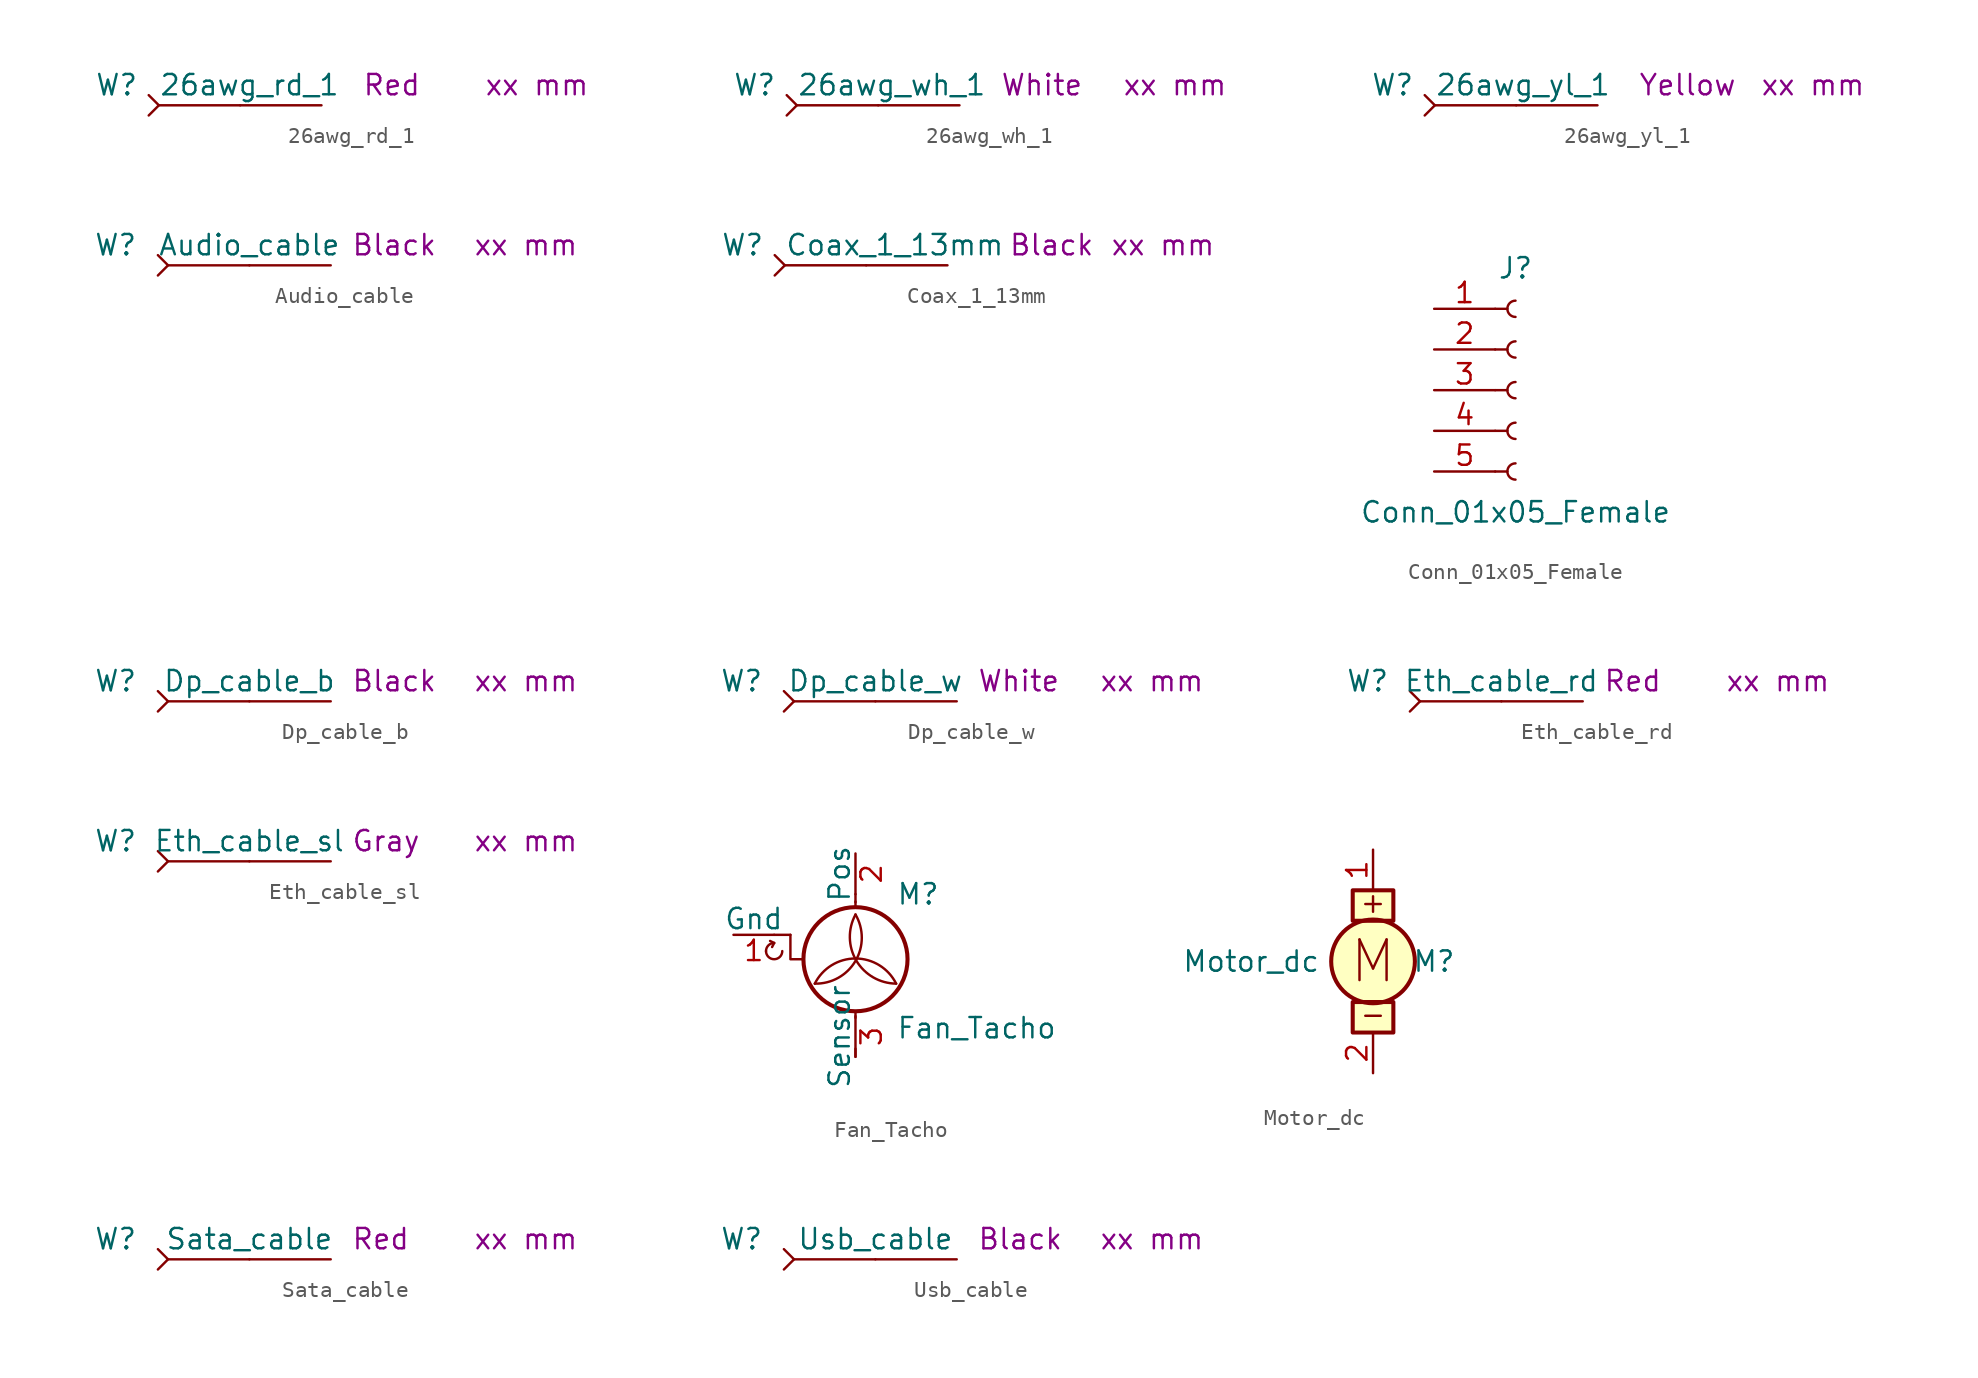
<source format=kicad_sym>
(kicad_symbol_lib
  (version 20220914)
  (generator kicad_symbol_editor)
  (symbol "26awg_rd_1"
    (pin_numbers hide)
    (pin_names
      (offset 0) hide)
    (property "Reference" "W"
      (at -6.35 1.27 0)
      (effects (font (size 1.27 1.27)) (justify right)))
    (property "Value" "26awg_rd_1"
      (at -5.08 1.27 0)
      (effects (font (size 1.27 1.27)) (justify left)))
    (property "Color" "Red"
      (at 7.62 1.27 0)
      (effects (font (size 1.27 1.27)) (justify left)))
    (property "Length" "xx mm"
      (at 15.24 1.27 0)
      (effects (font (size 1.27 1.27)) (justify left)))
    (symbol "26awg_rd_1_0_1"
      (polyline (pts (xy -5.715 0.635) (xy -5.08 0) (xy -5.715 -0.635)) (stroke (width 0) (type default)) (fill (type none))))
    (symbol "26awg_rd_1_1_1"
      (pin bidirectional line (at -5.08 0 0) (length 5.08) (name "X" (effects (font (size 1.27 1.27)))) (number "1" (effects (font (size 1.27 1.27)))))
      (pin bidirectional line (at 5.08 0 180) (length 5.08) (name "Y" (effects (font (size 1.27 1.27)))) (number "2" (effects (font (size 1.27 1.27)))))))
  (symbol "26awg_wh_1"
    (pin_numbers hide)
    (pin_names
      (offset 0) hide)
    (property "Reference" "W"
      (at -6.35 1.27 0)
      (effects (font (size 1.27 1.27)) (justify right)))
    (property "Value" "26awg_wh_1"
      (at -5.08 1.27 0)
      (effects (font (size 1.27 1.27)) (justify left)))
    (property "Color" "White"
      (at 7.62 1.27 0)
      (effects (font (size 1.27 1.27)) (justify left)))
    (property "Length" "xx mm"
      (at 15.24 1.27 0)
      (effects (font (size 1.27 1.27)) (justify left)))
    (symbol "26awg_wh_1_0_1"
      (polyline (pts (xy -5.715 0.635) (xy -5.08 0) (xy -5.715 -0.635)) (stroke (width 0) (type default)) (fill (type none))))
    (symbol "26awg_wh_1_1_1"
      (pin bidirectional line (at -5.08 0 0) (length 5.08) (name "X" (effects (font (size 1.27 1.27)))) (number "1" (effects (font (size 1.27 1.27)))))
      (pin bidirectional line (at 5.08 0 180) (length 5.08) (name "Y" (effects (font (size 1.27 1.27)))) (number "2" (effects (font (size 1.27 1.27)))))))
  (symbol "26awg_yl_1"
    (pin_numbers hide)
    (pin_names
      (offset 0) hide)
    (property "Reference" "W"
      (at -6.35 1.27 0)
      (effects (font (size 1.27 1.27)) (justify right)))
    (property "Value" "26awg_yl_1"
      (at -5.08 1.27 0)
      (effects (font (size 1.27 1.27)) (justify left)))
    (property "Color" "Yellow"
      (at 7.62 1.27 0)
      (effects (font (size 1.27 1.27)) (justify left)))
    (property "Length" "xx mm"
      (at 15.24 1.27 0)
      (effects (font (size 1.27 1.27)) (justify left)))
    (symbol "26awg_yl_1_0_1"
      (polyline (pts (xy -5.715 0.635) (xy -5.08 0) (xy -5.715 -0.635)) (stroke (width 0) (type default)) (fill (type none))))
    (symbol "26awg_yl_1_1_1"
      (pin bidirectional line (at -5.08 0 0) (length 5.08) (name "X" (effects (font (size 1.27 1.27)))) (number "1" (effects (font (size 1.27 1.27)))))
      (pin bidirectional line (at 5.08 0 180) (length 5.08) (name "Y" (effects (font (size 1.27 1.27)))) (number "2" (effects (font (size 1.27 1.27)))))))
  (symbol "Audio_cable"
    (pin_numbers hide)
    (pin_names
      (offset 0) hide)
    (property "Reference" "W"
      (at -1.905 1.27 0)
      (effects (font (size 1.27 1.27)) (justify right)))
    (property "Value" "Audio_cable"
      (at 5.08 1.27 0)
      (effects (font (size 1.27 1.27))))
    (property "Color" "Black"
      (at 11.43 1.27 0)
      (effects (font (size 1.27 1.27)) (justify left)))
    (property "Length" "xx mm"
      (at 19.05 1.27 0)
      (effects (font (size 1.27 1.27)) (justify left)))
    (symbol "Audio_cable_0_1"
      (polyline (pts (xy -0.635 0.635) (xy 0 0) (xy -0.635 -0.635)) (stroke (width 0) (type default)) (fill (type none))))
    (symbol "Audio_cable_1_1"
      (pin bidirectional line (at 0 0 0) (length 5.08) (name "X" (effects (font (size 1.27 1.27)))) (number "1" (effects (font (size 1.27 1.27)))))
      (pin bidirectional line (at 10.16 0 180) (length 5.08) (name "Y" (effects (font (size 1.27 1.27)))) (number "2" (effects (font (size 1.27 1.27)))))))
  (symbol "Coax_1_13mm"
    (pin_numbers hide)
    (pin_names
      (offset 0) hide)
    (property "Reference" "W"
      (at -6.35 1.27 0)
      (effects (font (size 1.27 1.27)) (justify right)))
    (property "Value" "Coax_1_13mm"
      (at -5.08 1.27 0)
      (effects (font (size 1.27 1.27)) (justify left)))
    (property "Color" "Black"
      (at 8.89 1.27 0)
      (effects (font (size 1.27 1.27)) (justify left)))
    (property "Length" "xx mm"
      (at 15.24 1.27 0)
      (effects (font (size 1.27 1.27)) (justify left)))
    (symbol "Coax_1_13mm_0_1"
      (polyline (pts (xy -5.715 0.635) (xy -5.08 0) (xy -5.715 -0.635)) (stroke (width 0) (type default)) (fill (type none))))
    (symbol "Coax_1_13mm_1_1"
      (pin bidirectional line (at -5.08 0 0) (length 5.08) (name "X" (effects (font (size 1.27 1.27)))) (number "1" (effects (font (size 1.27 1.27)))))
      (pin bidirectional line (at 5.08 0 180) (length 5.08) (name "Y" (effects (font (size 1.27 1.27)))) (number "2" (effects (font (size 1.27 1.27)))))))
  (symbol "Conn_01x05_Female"
    (pin_names
      (offset 1.016) hide)
    (property "Reference" "J"
      (at 0 7.62 0)
      (effects (font (size 1.27 1.27))))
    (property "Value" "Conn_01x05_Female"
      (at 0 -7.62 0)
      (effects (font (size 1.27 1.27))))
    (symbol "Conn_01x05_Female_1_1"
      (arc (start 0 -4.572) (mid -0.5058 -5.08) (end 0 -5.588) (stroke (width 0.1524) (type default)) (fill (type none)))
      (arc (start 0 -2.032) (mid -0.5058 -2.54) (end 0 -3.048) (stroke (width 0.1524) (type default)) (fill (type none)))
      (polyline (pts (xy -1.27 -5.08) (xy -0.508 -5.08)) (stroke (width 0.152) (type default)) (fill (type none)))
      (polyline (pts (xy -1.27 -2.54) (xy -0.508 -2.54)) (stroke (width 0.152) (type default)) (fill (type none)))
      (polyline (pts (xy -1.27 0) (xy -0.508 0)) (stroke (width 0.152) (type default)) (fill (type none)))
      (polyline (pts (xy -1.27 2.54) (xy -0.508 2.54)) (stroke (width 0.152) (type default)) (fill (type none)))
      (polyline (pts (xy -1.27 5.08) (xy -0.508 5.08)) (stroke (width 0.152) (type default)) (fill (type none)))
      (arc (start 0 0.508) (mid -0.5058 0) (end 0 -0.508) (stroke (width 0.1524) (type default)) (fill (type none)))
      (arc (start 0 3.048) (mid -0.5058 2.54) (end 0 2.032) (stroke (width 0.1524) (type default)) (fill (type none)))
      (arc (start 0 5.588) (mid -0.5058 5.08) (end 0 4.572) (stroke (width 0.1524) (type default)) (fill (type none)))
      (pin passive line (at -5.08 5.08 0) (length 3.81) (name "Pin_1" (effects (font (size 1.27 1.27)))) (number "1" (effects (font (size 1.27 1.27)))))
      (pin passive line (at -5.08 2.54 0) (length 3.81) (name "Pin_2" (effects (font (size 1.27 1.27)))) (number "2" (effects (font (size 1.27 1.27)))))
      (pin passive line (at -5.08 0 0) (length 3.81) (name "Pin_3" (effects (font (size 1.27 1.27)))) (number "3" (effects (font (size 1.27 1.27)))))
      (pin passive line (at -5.08 -2.54 0) (length 3.81) (name "Pin_4" (effects (font (size 1.27 1.27)))) (number "4" (effects (font (size 1.27 1.27)))))
      (pin passive line (at -5.08 -5.08 0) (length 3.81) (name "Pin_5" (effects (font (size 1.27 1.27)))) (number "5" (effects (font (size 1.27 1.27)))))))
  (symbol "Dp_cable_b"
    (pin_numbers hide)
    (pin_names
      (offset 0) hide)
    (property "Reference" "W"
      (at -6.985 1.27 0)
      (effects (font (size 1.27 1.27)) (justify right)))
    (property "Value" "Dp_cable_b"
      (at 0 1.27 0)
      (effects (font (size 1.27 1.27))))
    (property "Color" "Black"
      (at 6.35 1.27 0)
      (effects (font (size 1.27 1.27)) (justify left)))
    (property "Length" "xx mm"
      (at 13.97 1.27 0)
      (effects (font (size 1.27 1.27)) (justify left)))
    (symbol "Dp_cable_b_0_1"
      (polyline (pts (xy -5.715 0.635) (xy -5.08 0) (xy -5.715 -0.635)) (stroke (width 0) (type default)) (fill (type none))))
    (symbol "Dp_cable_b_1_1"
      (pin bidirectional line (at -5.08 0 0) (length 5.08) (name "X" (effects (font (size 1.27 1.27)))) (number "1" (effects (font (size 1.27 1.27)))))
      (pin bidirectional line (at 5.08 0 180) (length 5.08) (name "Y" (effects (font (size 1.27 1.27)))) (number "2" (effects (font (size 1.27 1.27)))))))
  (symbol "Dp_cable_w"
    (pin_numbers hide)
    (pin_names
      (offset 0) hide)
    (property "Reference" "W"
      (at -6.985 1.27 0)
      (effects (font (size 1.27 1.27)) (justify right)))
    (property "Value" "Dp_cable_w"
      (at 0 1.27 0)
      (effects (font (size 1.27 1.27))))
    (property "Color" "White"
      (at 6.35 1.27 0)
      (effects (font (size 1.27 1.27)) (justify left)))
    (property "Length" "xx mm"
      (at 13.97 1.27 0)
      (effects (font (size 1.27 1.27)) (justify left)))
    (symbol "Dp_cable_w_0_1"
      (polyline (pts (xy -5.715 0.635) (xy -5.08 0) (xy -5.715 -0.635)) (stroke (width 0) (type default)) (fill (type none))))
    (symbol "Dp_cable_w_1_1"
      (pin bidirectional line (at -5.08 0 0) (length 5.08) (name "X" (effects (font (size 1.27 1.27)))) (number "1" (effects (font (size 1.27 1.27)))))
      (pin bidirectional line (at 5.08 0 180) (length 5.08) (name "Y" (effects (font (size 1.27 1.27)))) (number "2" (effects (font (size 1.27 1.27)))))))
  (symbol "Eth_cable_rd"
    (pin_numbers hide)
    (pin_names
      (offset 0) hide)
    (property "Reference" "W"
      (at -1.905 1.27 0)
      (effects (font (size 1.27 1.27)) (justify right)))
    (property "Value" "Eth_cable_rd"
      (at 5.08 1.27 0)
      (effects (font (size 1.27 1.27))))
    (property "Color" "Red"
      (at 11.43 1.27 0)
      (effects (font (size 1.27 1.27)) (justify left)))
    (property "Length" "xx mm"
      (at 19.05 1.27 0)
      (effects (font (size 1.27 1.27)) (justify left)))
    (symbol "Eth_cable_rd_0_1"
      (polyline (pts (xy -0.635 0.635) (xy 0 0) (xy -0.635 -0.635)) (stroke (width 0) (type default)) (fill (type none))))
    (symbol "Eth_cable_rd_1_1"
      (pin bidirectional line (at 0 0 0) (length 5.08) (name "X" (effects (font (size 1.27 1.27)))) (number "1" (effects (font (size 1.27 1.27)))))
      (pin bidirectional line (at 10.16 0 180) (length 5.08) (name "Y" (effects (font (size 1.27 1.27)))) (number "2" (effects (font (size 1.27 1.27)))))))
  (symbol "Eth_cable_sl"
    (pin_numbers hide)
    (pin_names
      (offset 0) hide)
    (property "Reference" "W"
      (at -1.905 1.27 0)
      (effects (font (size 1.27 1.27)) (justify right)))
    (property "Value" "Eth_cable_sl"
      (at 5.08 1.27 0)
      (effects (font (size 1.27 1.27))))
    (property "Color" "Gray"
      (at 11.43 1.27 0)
      (effects (font (size 1.27 1.27)) (justify left)))
    (property "Length" "xx mm"
      (at 19.05 1.27 0)
      (effects (font (size 1.27 1.27)) (justify left)))
    (symbol "Eth_cable_sl_0_1"
      (polyline (pts (xy -0.635 0.635) (xy 0 0) (xy -0.635 -0.635)) (stroke (width 0) (type default)) (fill (type none))))
    (symbol "Eth_cable_sl_1_1"
      (pin bidirectional line (at 0 0 0) (length 5.08) (name "X" (effects (font (size 1.27 1.27)))) (number "1" (effects (font (size 1.27 1.27)))))
      (pin bidirectional line (at 10.16 0 180) (length 5.08) (name "Y" (effects (font (size 1.27 1.27)))) (number "2" (effects (font (size 1.27 1.27)))))))
  (symbol "Fan_Tacho"
    (pin_names
      (offset 0))
    (property "Reference" "M"
      (at 2.54 2.54 0)
      (effects (font (size 1.27 1.27)) (justify left)))
    (property "Value" "Fan_Tacho"
      (at 2.54 -5.08 0)
      (effects (font (size 1.27 1.27)) (justify left top)))
    (symbol "Fan_Tacho_0_0"
      (arc (start -5.588 -1.016) (mid -5.08 -1.5218) (end -4.572 -1.016) (stroke (width 0) (type default)) (fill (type none)))
      (arc (start -5.08 -0.508) (mid -5.4392 -0.6568) (end -5.588 -1.016) (stroke (width 0) (type default)) (fill (type none)))
      (polyline (pts (xy -5.08 -0.508) (xy -5.334 -0.381)) (stroke (width 0) (type default)) (fill (type none)))
      (polyline (pts (xy -5.08 -0.508) (xy -5.207 -0.762)) (stroke (width 0) (type default)) (fill (type none)))
      (polyline (pts (xy -4.064 0) (xy -4.064 -1.524) (xy -3.302 -1.524)) (stroke (width 0) (type default)) (fill (type none))))
    (symbol "Fan_Tacho_0_1"
      (arc (start -2.54 -3.048) (mid -0.0014 -1.6352) (end 0 1.27) (stroke (width 0) (type default)) (fill (type none)))
      (circle (center 0 -1.524) (radius 3.251) (stroke (width 0.254) (type default)) (fill (type none)))
      (polyline (pts (xy -4.064 0) (xy -5.08 0)) (stroke (width 0) (type default)) (fill (type none)))
      (polyline (pts (xy 0 -7.62) (xy 0 -7.112)) (stroke (width 0) (type default)) (fill (type none)))
      (polyline (pts (xy 0 -4.775) (xy 0 -5.182)) (stroke (width 0) (type default)) (fill (type none)))
      (polyline (pts (xy 0 1.727) (xy 0 2.083)) (stroke (width 0) (type default)) (fill (type none)))
      (polyline (pts (xy 0 2.032) (xy 0 2.54)) (stroke (width 0) (type default)) (fill (type none)))
      (arc (start 0 1.27) (mid 0.0468 -1.6085) (end 2.54 -3.048) (stroke (width 0) (type default)) (fill (type none)))
      (arc (start 2.54 -3.048) (mid 0 -1.4782) (end -2.54 -3.048) (stroke (width 0) (type default)) (fill (type none))))
    (symbol "Fan_Tacho_1_1"
      (pin passive line (at -7.62 0 0) (length 2.54) (name "Gnd" (effects (font (size 1.27 1.27)))) (number "1" (effects (font (size 1.27 1.27)))))
      (pin passive line (at 0 5.08 270) (length 2.54) (name "Pos" (effects (font (size 1.27 1.27)))) (number "2" (effects (font (size 1.27 1.27)))))
      (pin passive line (at 0 -7.62 90) (length 2.54) (name "Sensor" (effects (font (size 1.27 1.27)))) (number "3" (effects (font (size 1.27 1.27)))))))
  (symbol "Motor_dc"
    (pin_names
      (offset 1.016) hide)
    (property "Reference" "M"
      (at 3.81 0 0)
      (effects (font (size 1.27 1.27))))
    (property "Value" "Motor_dc"
      (at -7.62 0 0)
      (effects (font (size 1.27 1.27))))
    (symbol "Motor_dc_0_0"
      (rectangle (start -1.27 -2.54) (end 1.27 -4.445) (stroke (width 0.254) (type default)) (fill (type background)))
      (rectangle (start -1.27 2.54) (end 1.27 4.445) (stroke (width 0.254) (type default)) (fill (type background)))
      (circle (center 0 0) (radius 2.616) (stroke (width 0.254) (type default)) (fill (type background)))
      (text "+" (at 0 3.683 0) (effects (font (size 1.27 1.27))))
      (text "-" (at 0 -3.302 0) (effects (font (size 1.27 1.27))))
      (text "M" (at 0 0 0) (effects (font (size 2.54 2.54)))))
    (symbol "Motor_dc_1_1"
      (pin passive line (at 0 6.985 270) (length 2.54) (name "Pin_1" (effects (font (size 1.27 1.27)))) (number "1" (effects (font (size 1.27 1.27)))))
      (pin passive line (at 0 -6.985 90) (length 2.54) (name "Pin_2" (effects (font (size 1.27 1.27)))) (number "2" (effects (font (size 1.27 1.27)))))))
  (symbol "Sata_cable"
    (pin_numbers hide)
    (pin_names
      (offset 0) hide)
    (property "Reference" "W"
      (at -6.985 1.27 0)
      (effects (font (size 1.27 1.27)) (justify right)))
    (property "Value" "Sata_cable"
      (at 0 1.27 0)
      (effects (font (size 1.27 1.27))))
    (property "Color" "Red"
      (at 6.35 1.27 0)
      (effects (font (size 1.27 1.27)) (justify left)))
    (property "Length" "xx mm"
      (at 13.97 1.27 0)
      (effects (font (size 1.27 1.27)) (justify left)))
    (symbol "Sata_cable_0_1"
      (polyline (pts (xy -5.715 0.635) (xy -5.08 0) (xy -5.715 -0.635)) (stroke (width 0) (type default)) (fill (type none))))
    (symbol "Sata_cable_1_1"
      (pin bidirectional line (at -5.08 0 0) (length 5.08) (name "X" (effects (font (size 1.27 1.27)))) (number "1" (effects (font (size 1.27 1.27)))))
      (pin bidirectional line (at 5.08 0 180) (length 5.08) (name "Y" (effects (font (size 1.27 1.27)))) (number "2" (effects (font (size 1.27 1.27)))))))
  (symbol "Usb_cable"
    (pin_numbers hide)
    (pin_names
      (offset 0) hide)
    (property "Reference" "W"
      (at -6.985 1.27 0)
      (effects (font (size 1.27 1.27)) (justify right)))
    (property "Value" "Usb_cable"
      (at 0 1.27 0)
      (effects (font (size 1.27 1.27))))
    (property "Color" "Black"
      (at 6.35 1.27 0)
      (effects (font (size 1.27 1.27)) (justify left)))
    (property "Length" "xx mm"
      (at 13.97 1.27 0)
      (effects (font (size 1.27 1.27)) (justify left)))
    (symbol "Usb_cable_0_1"
      (polyline (pts (xy -5.715 0.635) (xy -5.08 0) (xy -5.715 -0.635)) (stroke (width 0) (type default)) (fill (type none))))
    (symbol "Usb_cable_1_1"
      (pin bidirectional line (at -5.08 0 0) (length 5.08) (name "X" (effects (font (size 1.27 1.27)))) (number "1" (effects (font (size 1.27 1.27)))))
      (pin bidirectional line (at 5.08 0 180) (length 5.08) (name "Y" (effects (font (size 1.27 1.27)))) (number "2" (effects (font (size 1.27 1.27))))))))
</source>
